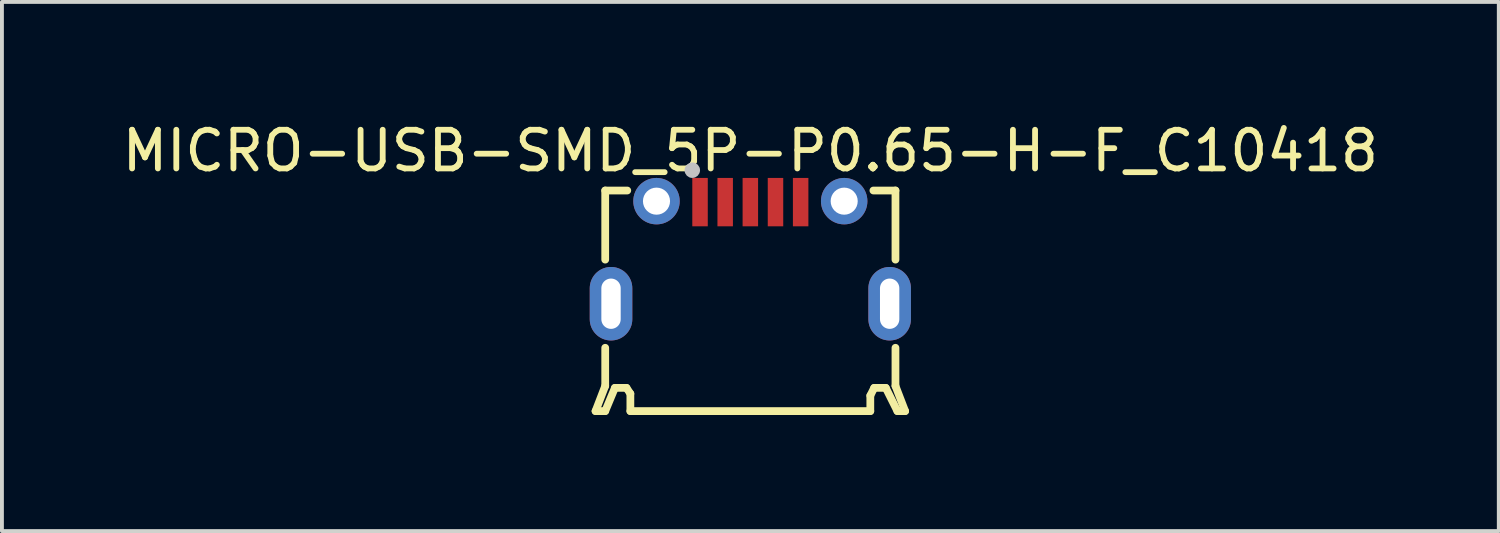
<source format=kicad_pcb>
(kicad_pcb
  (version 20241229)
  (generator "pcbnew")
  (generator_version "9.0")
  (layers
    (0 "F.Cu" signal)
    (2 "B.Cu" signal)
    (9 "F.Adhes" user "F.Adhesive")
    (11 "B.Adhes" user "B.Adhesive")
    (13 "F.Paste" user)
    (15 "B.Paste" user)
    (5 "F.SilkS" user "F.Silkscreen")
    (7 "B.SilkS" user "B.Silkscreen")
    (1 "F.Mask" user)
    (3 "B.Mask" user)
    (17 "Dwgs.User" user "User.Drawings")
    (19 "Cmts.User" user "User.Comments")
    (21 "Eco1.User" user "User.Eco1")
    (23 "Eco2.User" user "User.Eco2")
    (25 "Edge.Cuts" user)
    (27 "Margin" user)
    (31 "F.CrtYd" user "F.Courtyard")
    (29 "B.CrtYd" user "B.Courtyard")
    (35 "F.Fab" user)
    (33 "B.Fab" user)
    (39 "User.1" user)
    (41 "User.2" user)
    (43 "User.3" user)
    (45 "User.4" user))
  (footprint "MICRO-USB-SMD_5P-P0.65-H-F_C10418"
    (layer "F.Cu")
    (at 16.339 3.473)
    (property "Reference" "MICRO-USB-SMD_5P-P0.65-H-F_C10418" (at 0 -2.625 0) (layer "F.SilkS") (effects (font (size 1 1) (thickness 0.15))))
    (fp_line (start -4 4.1) (end -3.75 4.1) (stroke (width 0.2) (type default)) (layer "F.SilkS"))
    (fp_line (start -3.75 -1.6) (end -3.75 0.186) (stroke (width 0.2) (type default)) (layer "F.SilkS"))
    (fp_line (start -3.75 2.464) (end -3.75 3.45) (stroke (width 0.2) (type default)) (layer "F.SilkS"))
    (fp_line (start -3.75 3.45) (end -4 4.1) (stroke (width 0.2) (type default)) (layer "F.SilkS"))
    (fp_line (start -3.75 4.1) (end -3.5 3.5) (stroke (width 0.2) (type default)) (layer "F.SilkS"))
    (fp_line (start -3.5 3.5) (end -3.2 3.5) (stroke (width 0.2) (type default)) (layer "F.SilkS"))
    (fp_line (start -3.2 3.5) (end -3.1 3.65) (stroke (width 0.2) (type default)) (layer "F.SilkS"))
    (fp_line (start -3.18 -1.6) (end -3.75 -1.6) (stroke (width 0.2) (type default)) (layer "F.SilkS"))
    (fp_line (start -3.1 3.65) (end -3.1 4.1) (stroke (width 0.2) (type default)) (layer "F.SilkS"))
    (fp_line (start -3.1 4.1) (end 3.1 4.1) (stroke (width 0.2) (type default)) (layer "F.SilkS"))
    (fp_line (start 3.1 3.7) (end 3.2 3.5) (stroke (width 0.2) (type default)) (layer "F.SilkS"))
    (fp_line (start 3.1 4.1) (end 3.1 3.7) (stroke (width 0.2) (type default)) (layer "F.SilkS"))
    (fp_line (start 3.18 -1.6) (end 3.75 -1.6) (stroke (width 0.2) (type default)) (layer "F.SilkS"))
    (fp_line (start 3.2 3.5) (end 3.5 3.5) (stroke (width 0.2) (type default)) (layer "F.SilkS"))
    (fp_line (start 3.5 3.5) (end 3.8 4.1) (stroke (width 0.2) (type default)) (layer "F.SilkS"))
    (fp_line (start 3.75 -1.6) (end 3.75 0.186) (stroke (width 0.2) (type default)) (layer "F.SilkS"))
    (fp_line (start 3.75 2.464) (end 3.75 3.45) (stroke (width 0.2) (type default)) (layer "F.SilkS"))
    (fp_line (start 3.8 4.1) (end 4 4.1) (stroke (width 0.2) (type default)) (layer "F.SilkS"))
    (fp_line (start 4 4.1) (end 3.75 3.45) (stroke (width 0.2) (type default)) (layer "F.SilkS"))
    (fp_poly (pts (xy -1.5 -1.925) (xy -1.5 -0.674) (xy -1.1 -0.674) (xy -1.1 -1.925)) (stroke (width 0) (type default)) (fill yes) (layer "F.Paste"))
    (fp_poly (pts (xy -0.85 -1.925) (xy -0.85 -0.674) (xy -0.45 -0.674) (xy -0.45 -1.925)) (stroke (width 0) (type default)) (fill yes) (layer "F.Paste"))
    (fp_poly (pts (xy -0.2 -1.925) (xy -0.2 -0.674) (xy 0.2 -0.674) (xy 0.2 -1.925)) (stroke (width 0) (type default)) (fill yes) (layer "F.Paste"))
    (fp_poly (pts (xy 0.45 -1.925) (xy 0.45 -0.674) (xy 0.85 -0.674) (xy 0.85 -1.925)) (stroke (width 0) (type default)) (fill yes) (layer "F.Paste"))
    (fp_poly (pts (xy 1.1 -1.925) (xy 1.1 -0.674) (xy 1.5 -0.674) (xy 1.5 -1.925)) (stroke (width 0) (type default)) (fill yes) (layer "F.Paste"))
    (fp_poly (pts (xy -3.559 0.377) (xy -3.586 0.375) (xy -3.614 0.375) (xy -3.641 0.377) (xy -3.668 0.379) (xy -3.696 0.384) (xy -3.723 0.389) (xy -3.749 0.396) (xy -3.775 0.404) (xy -3.801 0.413) (xy -3.826 0.423) (xy -3.851 0.435) (xy -3.875 0.449) (xy -3.898 0.463) (xy -3.921 0.478) (xy -3.943 0.495) (xy -3.964 0.512) (xy -3.984 0.531) (xy -4.003 0.551) (xy -4.021 0.572) (xy -4.038 0.593) (xy -4.054 0.615) (xy -4.069 0.638) (xy -4.083 0.662) (xy -4.096 0.686) (xy -4.107 0.712) (xy -4.117 0.737) (xy -4.125 0.763) (xy -4.133 0.789) (xy -4.139 0.816) (xy -4.144 0.843) (xy -4.147 0.87) (xy -4.149 0.897) (xy -4.15 0.925) (xy -4.15 1.725) (xy -4.149 1.752) (xy -4.147 1.78) (xy -4.144 1.807) (xy -4.139 1.834) (xy -4.133 1.861) (xy -4.125 1.887) (xy -4.117 1.913) (xy -4.107 1.938) (xy -4.096 1.964) (xy -4.083 1.988) (xy -4.069 2.012) (xy -4.054 2.035) (xy -4.038 2.057) (xy -4.021 2.079) (xy -4.003 2.099) (xy -3.984 2.119) (xy -3.964 2.138) (xy -3.943 2.155) (xy -3.921 2.171) (xy -3.898 2.187) (xy -3.875 2.201) (xy -3.851 2.215) (xy -3.826 2.227) (xy -3.801 2.237) (xy -3.775 2.247) (xy -3.749 2.255) (xy -3.723 2.261) (xy -3.696 2.267) (xy -3.668 2.271) (xy -3.641 2.273) (xy -3.614 2.275) (xy -3.586 2.275) (xy -3.559 2.273) (xy -3.531 2.271) (xy -3.505 2.267) (xy -3.478 2.261) (xy -3.451 2.255) (xy -3.425 2.247) (xy -3.399 2.237) (xy -3.373 2.227) (xy -3.349 2.215) (xy -3.325 2.201) (xy -3.301 2.187) (xy -3.279 2.171) (xy -3.257 2.155) (xy -3.236 2.138) (xy -3.216 2.119) (xy -3.196 2.099) (xy -3.179 2.079) (xy -3.162 2.057) (xy -3.146 2.035) (xy -3.131 2.012) (xy -3.117 1.988) (xy -3.104 1.964) (xy -3.093 1.938) (xy -3.083 1.913) (xy -3.075 1.887) (xy -3.067 1.861) (xy -3.061 1.834) (xy -3.056 1.807) (xy -3.053 1.78) (xy -3.05 1.752) (xy -3.05 1.725) (xy -3.05 0.925) (xy -3.05 0.897) (xy -3.053 0.87) (xy -3.056 0.843) (xy -3.061 0.816) (xy -3.067 0.789) (xy -3.075 0.763) (xy -3.083 0.737) (xy -3.093 0.712) (xy -3.104 0.686) (xy -3.117 0.662) (xy -3.131 0.638) (xy -3.146 0.615) (xy -3.162 0.593) (xy -3.179 0.572) (xy -3.196 0.551) (xy -3.216 0.531) (xy -3.236 0.512) (xy -3.257 0.495) (xy -3.279 0.478) (xy -3.301 0.463) (xy -3.325 0.449) (xy -3.349 0.435) (xy -3.373 0.423) (xy -3.399 0.413) (xy -3.425 0.404) (xy -3.451 0.396) (xy -3.478 0.389) (xy -3.505 0.384) (xy -3.531 0.379)) (stroke (width 0) (type default)) (fill yes) (layer "F.Paste"))
    (fp_poly (pts (xy 3.586 0.375) (xy 3.559 0.377) (xy 3.531 0.379) (xy 3.505 0.384) (xy 3.478 0.389) (xy 3.451 0.396) (xy 3.425 0.404) (xy 3.399 0.413) (xy 3.373 0.423) (xy 3.349 0.435) (xy 3.325 0.449) (xy 3.301 0.463) (xy 3.279 0.478) (xy 3.257 0.495) (xy 3.236 0.512) (xy 3.216 0.531) (xy 3.196 0.551) (xy 3.179 0.572) (xy 3.162 0.593) (xy 3.146 0.615) (xy 3.131 0.638) (xy 3.117 0.662) (xy 3.104 0.686) (xy 3.093 0.712) (xy 3.083 0.737) (xy 3.075 0.763) (xy 3.067 0.789) (xy 3.061 0.816) (xy 3.056 0.843) (xy 3.053 0.87) (xy 3.05 0.897) (xy 3.05 0.925) (xy 3.05 1.725) (xy 3.05 1.752) (xy 3.053 1.78) (xy 3.056 1.807) (xy 3.061 1.834) (xy 3.067 1.861) (xy 3.075 1.887) (xy 3.083 1.913) (xy 3.093 1.938) (xy 3.104 1.964) (xy 3.117 1.988) (xy 3.131 2.012) (xy 3.146 2.035) (xy 3.162 2.057) (xy 3.179 2.079) (xy 3.196 2.099) (xy 3.216 2.119) (xy 3.236 2.138) (xy 3.257 2.155) (xy 3.279 2.171) (xy 3.301 2.187) (xy 3.325 2.201) (xy 3.349 2.215) (xy 3.373 2.227) (xy 3.399 2.237) (xy 3.425 2.247) (xy 3.451 2.255) (xy 3.478 2.261) (xy 3.505 2.267) (xy 3.531 2.271) (xy 3.559 2.273) (xy 3.586 2.275) (xy 3.614 2.275) (xy 3.641 2.273) (xy 3.668 2.271) (xy 3.696 2.267) (xy 3.723 2.261) (xy 3.749 2.255) (xy 3.775 2.247) (xy 3.801 2.237) (xy 3.826 2.227) (xy 3.851 2.215) (xy 3.875 2.201) (xy 3.898 2.187) (xy 3.921 2.171) (xy 3.943 2.155) (xy 3.964 2.138) (xy 3.984 2.119) (xy 4.003 2.099) (xy 4.021 2.079) (xy 4.038 2.057) (xy 4.054 2.035) (xy 4.069 2.012) (xy 4.083 1.988) (xy 4.096 1.964) (xy 4.107 1.938) (xy 4.117 1.913) (xy 4.125 1.887) (xy 4.133 1.861) (xy 4.139 1.834) (xy 4.144 1.807) (xy 4.147 1.78) (xy 4.149 1.752) (xy 4.15 1.725) (xy 4.15 0.925) (xy 4.149 0.897) (xy 4.147 0.87) (xy 4.144 0.843) (xy 4.139 0.816) (xy 4.133 0.789) (xy 4.125 0.763) (xy 4.117 0.737) (xy 4.107 0.712) (xy 4.096 0.686) (xy 4.083 0.662) (xy 4.069 0.638) (xy 4.054 0.615) (xy 4.038 0.593) (xy 4.021 0.572) (xy 4.003 0.551) (xy 3.984 0.531) (xy 3.964 0.512) (xy 3.943 0.495) (xy 3.921 0.478) (xy 3.898 0.463) (xy 3.875 0.449) (xy 3.851 0.435) (xy 3.826 0.423) (xy 3.801 0.413) (xy 3.775 0.404) (xy 3.749 0.396) (xy 3.723 0.389) (xy 3.696 0.384) (xy 3.668 0.379) (xy 3.641 0.377) (xy 3.614 0.375)) (stroke (width 0) (type default)) (fill yes) (layer "F.Paste"))
    (fp_poly (pts (xy -2.393 -1.924) (xy -2.418 -1.925) (xy -2.444 -1.925) (xy -2.469 -1.923) (xy -2.494 -1.921) (xy -2.519 -1.917) (xy -2.545 -1.913) (xy -2.569 -1.907) (xy -2.594 -1.901) (xy -2.618 -1.893) (xy -2.642 -1.885) (xy -2.664 -1.875) (xy -2.688 -1.865) (xy -2.71 -1.853) (xy -2.732 -1.841) (xy -2.753 -1.827) (xy -2.775 -1.812) (xy -2.795 -1.798) (xy -2.814 -1.782) (xy -2.833 -1.764) (xy -2.852 -1.747) (xy -2.869 -1.728) (xy -2.885 -1.71) (xy -2.901 -1.69) (xy -2.916 -1.669) (xy -2.93 -1.649) (xy -2.943 -1.627) (xy -2.955 -1.605) (xy -2.967 -1.582) (xy -2.978 -1.559) (xy -2.987 -1.536) (xy -2.995 -1.512) (xy -3.002 -1.488) (xy -3.009 -1.463) (xy -3.014 -1.438) (xy -3.018 -1.413) (xy -3.022 -1.388) (xy -3.023 -1.363) (xy -3.025 -1.337) (xy -3.025 -1.312) (xy -3.023 -1.287) (xy -3.022 -1.262) (xy -3.018 -1.237) (xy -3.014 -1.212) (xy -3.009 -1.187) (xy -3.002 -1.163) (xy -2.995 -1.139) (xy -2.987 -1.115) (xy -2.978 -1.091) (xy -2.967 -1.068) (xy -2.955 -1.046) (xy -2.943 -1.023) (xy -2.93 -1.002) (xy -2.916 -0.981) (xy -2.901 -0.96) (xy -2.885 -0.941) (xy -2.869 -0.921) (xy -2.852 -0.903) (xy -2.833 -0.885) (xy -2.814 -0.869) (xy -2.795 -0.853) (xy -2.775 -0.838) (xy -2.753 -0.823) (xy -2.732 -0.809) (xy -2.71 -0.797) (xy -2.688 -0.785) (xy -2.664 -0.775) (xy -2.642 -0.765) (xy -2.618 -0.756) (xy -2.594 -0.749) (xy -2.569 -0.743) (xy -2.545 -0.737) (xy -2.519 -0.733) (xy -2.494 -0.729) (xy -2.469 -0.727) (xy -2.444 -0.726) (xy -2.418 -0.725) (xy -2.393 -0.726) (xy -2.368 -0.728) (xy -2.343 -0.731) (xy -2.318 -0.735) (xy -2.293 -0.74) (xy -2.268 -0.746) (xy -2.244 -0.753) (xy -2.22 -0.761) (xy -2.197 -0.77) (xy -2.174 -0.78) (xy -2.151 -0.791) (xy -2.128 -0.803) (xy -2.107 -0.816) (xy -2.086 -0.83) (xy -2.065 -0.845) (xy -2.045 -0.861) (xy -2.026 -0.877) (xy -2.007 -0.894) (xy -1.99 -0.912) (xy -1.972 -0.931) (xy -1.956 -0.95) (xy -1.941 -0.971) (xy -1.927 -0.991) (xy -1.913 -1.012) (xy -1.9 -1.034) (xy -1.889 -1.056) (xy -1.877 -1.079) (xy -1.867 -1.103) (xy -1.859 -1.127) (xy -1.851 -1.151) (xy -1.844 -1.175) (xy -1.838 -1.2) (xy -1.833 -1.224) (xy -1.829 -1.25) (xy -1.827 -1.274) (xy -1.825 -1.3) (xy -1.825 -1.325) (xy -1.825 -1.351) (xy -1.827 -1.375) (xy -1.829 -1.401) (xy -1.833 -1.425) (xy -1.838 -1.45) (xy -1.844 -1.475) (xy -1.851 -1.5) (xy -1.859 -1.524) (xy -1.867 -1.548) (xy -1.877 -1.571) (xy -1.889 -1.593) (xy -1.9 -1.616) (xy -1.913 -1.637) (xy -1.927 -1.659) (xy -1.941 -1.679) (xy -1.956 -1.7) (xy -1.972 -1.719) (xy -1.99 -1.738) (xy -2.007 -1.756) (xy -2.026 -1.773) (xy -2.045 -1.79) (xy -2.065 -1.805) (xy -2.086 -1.82) (xy -2.107 -1.834) (xy -2.128 -1.847) (xy -2.151 -1.859) (xy -2.174 -1.87) (xy -2.197 -1.88) (xy -2.22 -1.889) (xy -2.244 -1.897) (xy -2.268 -1.905) (xy -2.293 -1.911) (xy -2.318 -1.915) (xy -2.343 -1.919) (xy -2.368 -1.923)) (stroke (width 0) (type default)) (fill yes) (layer "F.Paste"))
    (fp_poly (pts (xy 2.457 -1.924) (xy 2.432 -1.925) (xy 2.406 -1.925) (xy 2.381 -1.923) (xy 2.356 -1.921) (xy 2.33 -1.917) (xy 2.305 -1.913) (xy 2.281 -1.907) (xy 2.256 -1.901) (xy 2.232 -1.893) (xy 2.208 -1.885) (xy 2.185 -1.875) (xy 2.162 -1.865) (xy 2.139 -1.853) (xy 2.118 -1.841) (xy 2.096 -1.827) (xy 2.075 -1.812) (xy 2.055 -1.798) (xy 2.035 -1.782) (xy 2.017 -1.764) (xy 1.998 -1.747) (xy 1.981 -1.728) (xy 1.964 -1.71) (xy 1.948 -1.69) (xy 1.933 -1.669) (xy 1.919 -1.649) (xy 1.907 -1.627) (xy 1.894 -1.605) (xy 1.883 -1.582) (xy 1.873 -1.559) (xy 1.863 -1.536) (xy 1.855 -1.512) (xy 1.847 -1.488) (xy 1.841 -1.463) (xy 1.835 -1.438) (xy 1.831 -1.413) (xy 1.829 -1.388) (xy 1.826 -1.363) (xy 1.825 -1.337) (xy 1.825 -1.312) (xy 1.826 -1.287) (xy 1.829 -1.262) (xy 1.831 -1.237) (xy 1.835 -1.212) (xy 1.841 -1.187) (xy 1.847 -1.163) (xy 1.855 -1.139) (xy 1.863 -1.115) (xy 1.873 -1.091) (xy 1.883 -1.068) (xy 1.894 -1.046) (xy 1.907 -1.023) (xy 1.919 -1.002) (xy 1.933 -0.981) (xy 1.948 -0.96) (xy 1.964 -0.941) (xy 1.981 -0.921) (xy 1.998 -0.903) (xy 2.017 -0.885) (xy 2.035 -0.869) (xy 2.055 -0.853) (xy 2.075 -0.838) (xy 2.096 -0.823) (xy 2.118 -0.809) (xy 2.139 -0.797) (xy 2.162 -0.785) (xy 2.185 -0.775) (xy 2.208 -0.765) (xy 2.232 -0.756) (xy 2.256 -0.749) (xy 2.281 -0.743) (xy 2.305 -0.737) (xy 2.33 -0.733) (xy 2.356 -0.729) (xy 2.381 -0.727) (xy 2.406 -0.726) (xy 2.432 -0.725) (xy 2.457 -0.726) (xy 2.482 -0.728) (xy 2.507 -0.731) (xy 2.532 -0.735) (xy 2.557 -0.74) (xy 2.581 -0.746) (xy 2.606 -0.753) (xy 2.63 -0.761) (xy 2.653 -0.77) (xy 2.676 -0.78) (xy 2.699 -0.791) (xy 2.721 -0.803) (xy 2.743 -0.816) (xy 2.764 -0.83) (xy 2.784 -0.845) (xy 2.804 -0.861) (xy 2.824 -0.877) (xy 2.842 -0.894) (xy 2.86 -0.912) (xy 2.877 -0.931) (xy 2.893 -0.95) (xy 2.909 -0.971) (xy 2.924 -0.991) (xy 2.937 -1.012) (xy 2.95 -1.034) (xy 2.962 -1.056) (xy 2.973 -1.079) (xy 2.982 -1.103) (xy 2.991 -1.127) (xy 2.999 -1.151) (xy 3.006 -1.175) (xy 3.011 -1.2) (xy 3.017 -1.224) (xy 3.02 -1.25) (xy 3.023 -1.274) (xy 3.025 -1.3) (xy 3.025 -1.325) (xy 3.025 -1.351) (xy 3.023 -1.375) (xy 3.02 -1.401) (xy 3.017 -1.425) (xy 3.011 -1.45) (xy 3.006 -1.475) (xy 2.999 -1.5) (xy 2.991 -1.524) (xy 2.982 -1.548) (xy 2.973 -1.571) (xy 2.962 -1.593) (xy 2.95 -1.616) (xy 2.937 -1.637) (xy 2.924 -1.659) (xy 2.909 -1.679) (xy 2.893 -1.7) (xy 2.877 -1.719) (xy 2.86 -1.738) (xy 2.842 -1.756) (xy 2.824 -1.773) (xy 2.804 -1.79) (xy 2.784 -1.805) (xy 2.764 -1.82) (xy 2.743 -1.834) (xy 2.721 -1.847) (xy 2.699 -1.859) (xy 2.676 -1.87) (xy 2.653 -1.88) (xy 2.63 -1.889) (xy 2.606 -1.897) (xy 2.581 -1.905) (xy 2.557 -1.911) (xy 2.532 -1.915) (xy 2.507 -1.919) (xy 2.482 -1.923)) (stroke (width 0) (type default)) (fill yes) (layer "F.Paste"))
    (fp_circle (center -1.5 -2.125) (end -1.4 -2.125) (stroke (width 0.2) (type default)) (fill no) (layer "Dwgs.User"))
    (fp_poly (pts (xy -3.75 0.875) (xy -3.45 0.875) (xy -3.45 1.775) (xy -3.75 1.775)) (stroke (width 0.1) (type default)) (fill no) (layer "User.1"))
    (fp_poly (pts (xy -2.675 -1.205) (xy -2.675 -1.505) (xy -2.175 -1.505) (xy -2.175 -1.205)) (stroke (width 0.1) (type default)) (fill no) (layer "User.1"))
    (fp_poly (pts (xy -1.425 -0.895) (xy -1.425 -1.695) (xy -1.175 -1.695) (xy -1.175 -0.895)) (stroke (width 0.1) (type default)) (fill no) (layer "User.1"))
    (fp_poly (pts (xy -0.775 -0.895) (xy -0.775 -1.695) (xy -0.525 -1.695) (xy -0.525 -0.895)) (stroke (width 0.1) (type default)) (fill no) (layer "User.1"))
    (fp_poly (pts (xy -0.125 -0.895) (xy -0.125 -1.695) (xy 0.125 -1.695) (xy 0.125 -0.895)) (stroke (width 0.1) (type default)) (fill no) (layer "User.1"))
    (fp_poly (pts (xy 0.525 -0.895) (xy 0.525 -1.695) (xy 0.775 -1.695) (xy 0.775 -0.895)) (stroke (width 0.1) (type default)) (fill no) (layer "User.1"))
    (fp_poly (pts (xy 1.175 -0.895) (xy 1.175 -1.695) (xy 1.425 -1.695) (xy 1.425 -0.895)) (stroke (width 0.1) (type default)) (fill no) (layer "User.1"))
    (fp_poly (pts (xy 2.175 -1.205) (xy 2.175 -1.505) (xy 2.675 -1.505) (xy 2.675 -1.205)) (stroke (width 0.1) (type default)) (fill no) (layer "User.1"))
    (fp_poly (pts (xy 3.45 0.875) (xy 3.75 0.875) (xy 3.75 1.775) (xy 3.45 1.775)) (stroke (width 0.1) (type default)) (fill no) (layer "User.1"))
    (fp_line (start -3.75 -1.605) (end 3.75 -1.605) (stroke (width 0.051) (type default)) (layer "User.2"))
    (fp_line (start -3.75 3.455) (end -3.75 -1.605) (stroke (width 0.051) (type default)) (layer "User.2"))
    (fp_line (start 3.75 -1.605) (end 3.751 3.455) (stroke (width 0.051) (type default)) (layer "User.2"))
    (fp_line (start 3.751 3.455) (end -3.75 3.455) (stroke (width 0.051) (type default)) (layer "User.2"))
    (fp_poly (pts (xy -3.695 -1.718) (xy -3.727 -1.75) (xy -3.773 -1.75) (xy -3.805 -1.718) (xy -3.805 -1.672) (xy -3.773 -1.64) (xy -3.727 -1.64) (xy -3.695 -1.672)) (stroke (width 0.1) (type default)) (fill no) (layer "User.3"))
    (pad "1" smd rect (at -1.3 -1.3 270) (size 1.25 0.4) (layers "F.Cu" "F.Mask" "F.Paste"))
    (pad "2" smd rect (at -0.65 -1.3 270) (size 1.25 0.4) (layers "F.Cu" "F.Mask" "F.Paste"))
    (pad "3" smd rect (at 0 -1.3 270) (size 1.25 0.4) (layers "F.Cu" "F.Mask" "F.Paste"))
    (pad "4" smd rect (at 0.65 -1.3 270) (size 1.25 0.4) (layers "F.Cu" "F.Mask" "F.Paste"))
    (pad "5" smd rect (at 1.3 -1.3 270) (size 1.25 0.4) (layers "F.Cu" "F.Mask" "F.Paste"))
    (pad "6" thru_hole oval (at -3.6 1.325) (size 1.1 1.9) (drill oval 0.5 1.3) (layers "*.Cu" "*.Mask"))
    (pad "6" thru_hole circle (at -2.425 -1.325) (size 1.2 1.2) (drill 0.7) (layers "*.Cu" "*.Mask"))
    (pad "6" thru_hole circle (at 2.425 -1.325) (size 1.2 1.2) (drill 0.7) (layers "*.Cu" "*.Mask"))
    (pad "6" thru_hole oval (at 3.6 1.325) (size 1.1 1.9) (drill oval 0.5 1.3) (layers "*.Cu" "*.Mask")))
  (gr_rect
    (start -3 -3)
    (end 35.679 10.673)
    (stroke (width 0.1) (type default))
    (fill no)
    (layer "Edge.Cuts")))
</source>
